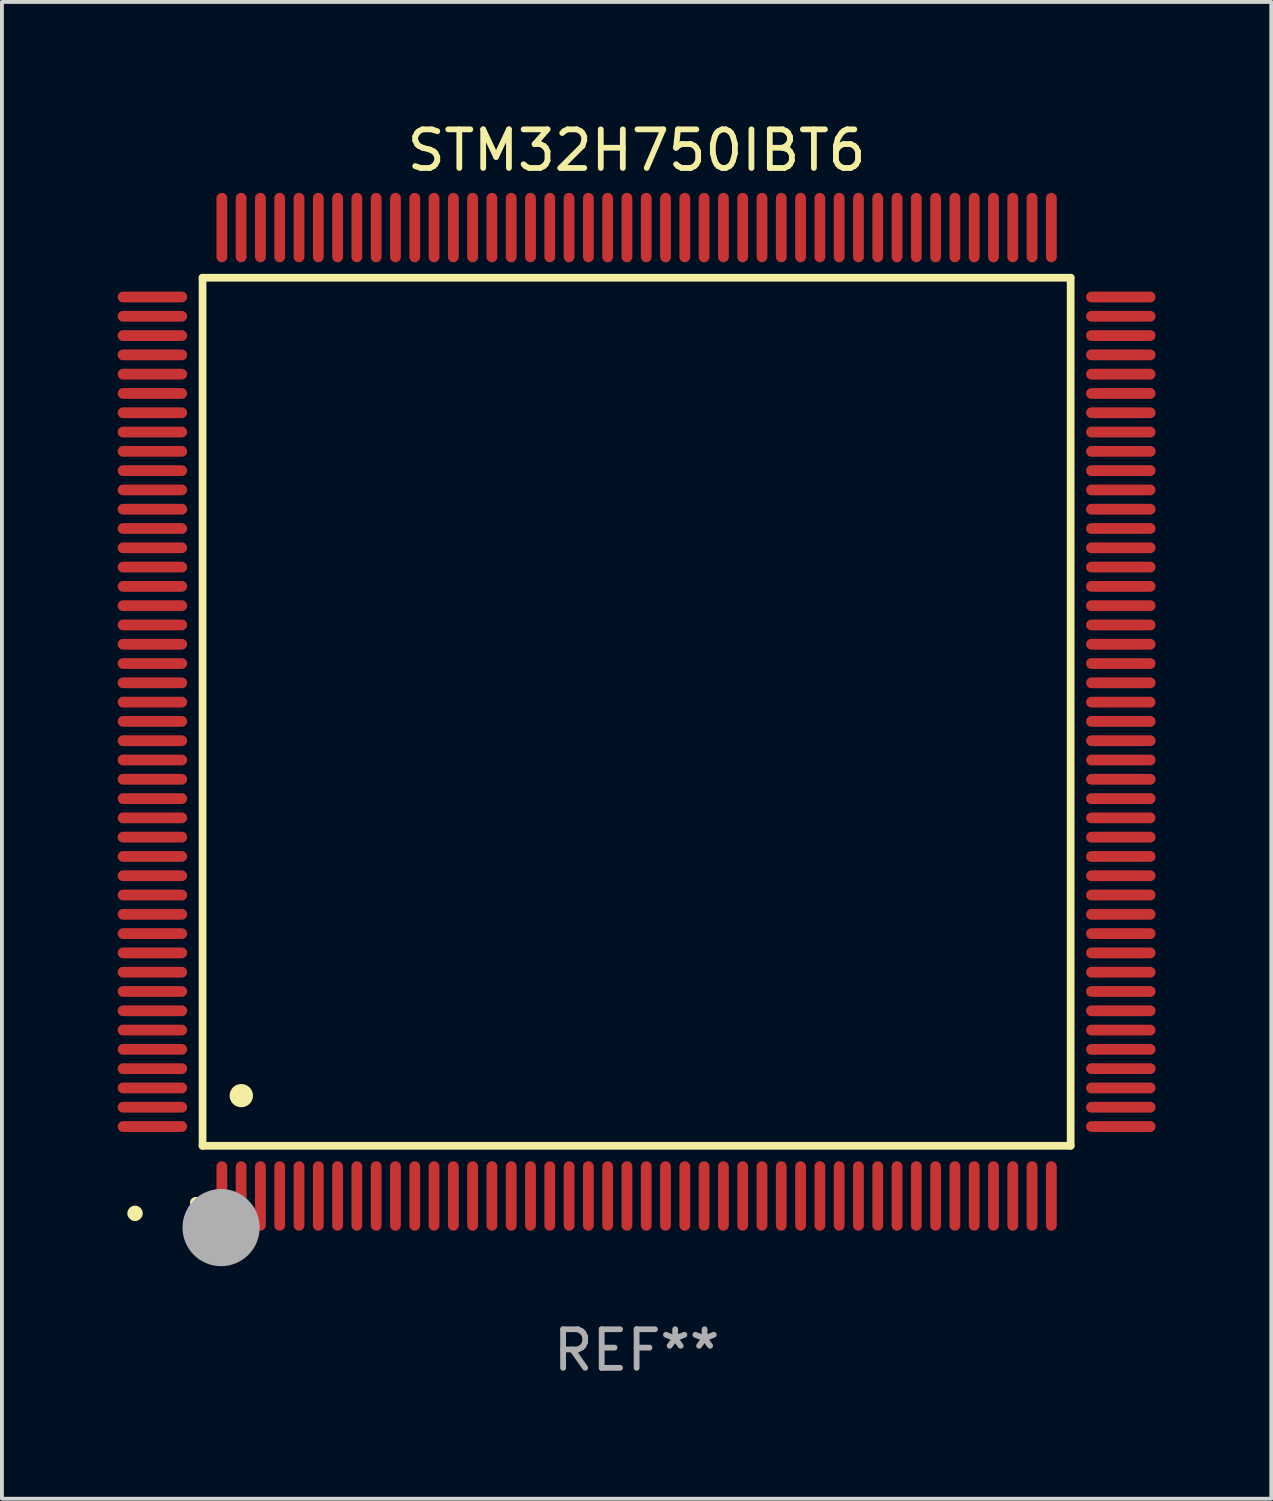
<source format=kicad_pcb>
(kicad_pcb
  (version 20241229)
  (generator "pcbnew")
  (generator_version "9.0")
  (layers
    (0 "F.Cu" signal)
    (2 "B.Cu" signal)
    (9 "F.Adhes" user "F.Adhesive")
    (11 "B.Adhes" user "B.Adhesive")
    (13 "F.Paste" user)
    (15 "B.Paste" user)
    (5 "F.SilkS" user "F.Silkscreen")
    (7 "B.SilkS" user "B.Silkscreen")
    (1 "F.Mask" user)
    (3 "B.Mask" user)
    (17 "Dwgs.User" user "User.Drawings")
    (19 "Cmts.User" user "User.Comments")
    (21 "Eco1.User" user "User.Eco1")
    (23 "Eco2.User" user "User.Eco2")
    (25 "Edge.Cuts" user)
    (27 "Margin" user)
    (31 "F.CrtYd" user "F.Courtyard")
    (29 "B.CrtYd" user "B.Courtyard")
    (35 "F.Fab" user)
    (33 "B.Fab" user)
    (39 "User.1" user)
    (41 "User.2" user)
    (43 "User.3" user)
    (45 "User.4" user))
  (footprint "STM32H750IBT6"
    (layer "F.Cu")
    (at 13.45 15.398)
    (property "Reference" "STM32H750IBT6" (at 0 -14.55 0) (layer "F.SilkS") (effects (font (size 1 1) (thickness 0.15))))
    (attr through_hole)
    (fp_line (start -11.25 -11.25) (end 11.25 -11.25) (stroke (width 0.2) (type solid)) (layer "F.SilkS"))
    (fp_line (start -11.25 11.25) (end -11.25 -11.25) (stroke (width 0.2) (type solid)) (layer "F.SilkS"))
    (fp_line (start 11.25 -11.25) (end 11.25 11.25) (stroke (width 0.2) (type solid)) (layer "F.SilkS"))
    (fp_line (start 11.25 11.25) (end -11.25 11.25) (stroke (width 0.2) (type solid)) (layer "F.SilkS"))
    (fp_arc (start -11.424943 12.725425) (mid -11.423673 12.72542) (end -11.422403 12.725425) (stroke (width 0.3) (type solid)) (layer "F.SilkS"))
    (fp_arc (start -10.24892 9.9492) (mid -10.24638 9.949189) (end -10.24384 9.9492) (stroke (width 0.6) (type solid)) (layer "F.SilkS"))
    (fp_circle (center -13 13) (end -12.9 13) (stroke (width 0.2) (type solid)) (fill no) (layer "F.SilkS"))
    (fp_circle (center -10.77 13.37) (end -10.27 13.37) (stroke (width 1) (type solid)) (fill no) (layer "F.Fab"))
    (fp_text user "REF**" (at 0 16.55 0) (layer "F.Fab") (effects (font (size 1 1) (thickness 0.15))))
    (pad "1" smd oval (at -10.75 12.55) (size 0.28 1.8) (layers "F.Cu" "F.Mask" "F.Paste"))
    (pad "2" smd oval (at -10.25 12.55) (size 0.28 1.8) (layers "F.Cu" "F.Mask" "F.Paste"))
    (pad "3" smd oval (at -9.75 12.55) (size 0.28 1.8) (layers "F.Cu" "F.Mask" "F.Paste"))
    (pad "4" smd oval (at -9.25 12.55) (size 0.28 1.8) (layers "F.Cu" "F.Mask" "F.Paste"))
    (pad "5" smd oval (at -8.75 12.55) (size 0.28 1.8) (layers "F.Cu" "F.Mask" "F.Paste"))
    (pad "6" smd oval (at -8.25 12.55) (size 0.28 1.8) (layers "F.Cu" "F.Mask" "F.Paste"))
    (pad "7" smd oval (at -7.75 12.55) (size 0.28 1.8) (layers "F.Cu" "F.Mask" "F.Paste"))
    (pad "8" smd oval (at -7.25 12.55) (size 0.28 1.8) (layers "F.Cu" "F.Mask" "F.Paste"))
    (pad "9" smd oval (at -6.75 12.55) (size 0.28 1.8) (layers "F.Cu" "F.Mask" "F.Paste"))
    (pad "10" smd oval (at -6.25 12.55) (size 0.28 1.8) (layers "F.Cu" "F.Mask" "F.Paste"))
    (pad "11" smd oval (at -5.75 12.55) (size 0.28 1.8) (layers "F.Cu" "F.Mask" "F.Paste"))
    (pad "12" smd oval (at -5.25 12.55) (size 0.28 1.8) (layers "F.Cu" "F.Mask" "F.Paste"))
    (pad "13" smd oval (at -4.75 12.55) (size 0.28 1.8) (layers "F.Cu" "F.Mask" "F.Paste"))
    (pad "14" smd oval (at -4.25 12.55) (size 0.28 1.8) (layers "F.Cu" "F.Mask" "F.Paste"))
    (pad "15" smd oval (at -3.75 12.55) (size 0.28 1.8) (layers "F.Cu" "F.Mask" "F.Paste"))
    (pad "16" smd oval (at -3.25 12.55) (size 0.28 1.8) (layers "F.Cu" "F.Mask" "F.Paste"))
    (pad "17" smd oval (at -2.75 12.55) (size 0.28 1.8) (layers "F.Cu" "F.Mask" "F.Paste"))
    (pad "18" smd oval (at -2.25 12.55) (size 0.28 1.8) (layers "F.Cu" "F.Mask" "F.Paste"))
    (pad "19" smd oval (at -1.75 12.55) (size 0.28 1.8) (layers "F.Cu" "F.Mask" "F.Paste"))
    (pad "20" smd oval (at -1.25 12.55) (size 0.28 1.8) (layers "F.Cu" "F.Mask" "F.Paste"))
    (pad "21" smd oval (at -0.75 12.55) (size 0.28 1.8) (layers "F.Cu" "F.Mask" "F.Paste"))
    (pad "22" smd oval (at -0.25 12.55) (size 0.28 1.8) (layers "F.Cu" "F.Mask" "F.Paste"))
    (pad "23" smd oval (at 0.25 12.55) (size 0.28 1.8) (layers "F.Cu" "F.Mask" "F.Paste"))
    (pad "24" smd oval (at 0.75 12.55) (size 0.28 1.8) (layers "F.Cu" "F.Mask" "F.Paste"))
    (pad "25" smd oval (at 1.25 12.55) (size 0.28 1.8) (layers "F.Cu" "F.Mask" "F.Paste"))
    (pad "26" smd oval (at 1.75 12.55) (size 0.28 1.8) (layers "F.Cu" "F.Mask" "F.Paste"))
    (pad "27" smd oval (at 2.25 12.55) (size 0.28 1.8) (layers "F.Cu" "F.Mask" "F.Paste"))
    (pad "28" smd oval (at 2.75 12.55) (size 0.28 1.8) (layers "F.Cu" "F.Mask" "F.Paste"))
    (pad "29" smd oval (at 3.25 12.55) (size 0.28 1.8) (layers "F.Cu" "F.Mask" "F.Paste"))
    (pad "30" smd oval (at 3.75 12.55) (size 0.28 1.8) (layers "F.Cu" "F.Mask" "F.Paste"))
    (pad "31" smd oval (at 4.25 12.55) (size 0.28 1.8) (layers "F.Cu" "F.Mask" "F.Paste"))
    (pad "32" smd oval (at 4.75 12.55) (size 0.28 1.8) (layers "F.Cu" "F.Mask" "F.Paste"))
    (pad "33" smd oval (at 5.25 12.55) (size 0.28 1.8) (layers "F.Cu" "F.Mask" "F.Paste"))
    (pad "34" smd oval (at 5.75 12.55) (size 0.28 1.8) (layers "F.Cu" "F.Mask" "F.Paste"))
    (pad "35" smd oval (at 6.25 12.55) (size 0.28 1.8) (layers "F.Cu" "F.Mask" "F.Paste"))
    (pad "36" smd oval (at 6.75 12.55) (size 0.28 1.8) (layers "F.Cu" "F.Mask" "F.Paste"))
    (pad "37" smd oval (at 7.25 12.55) (size 0.28 1.8) (layers "F.Cu" "F.Mask" "F.Paste"))
    (pad "38" smd oval (at 7.75 12.55) (size 0.28 1.8) (layers "F.Cu" "F.Mask" "F.Paste"))
    (pad "39" smd oval (at 8.25 12.55) (size 0.28 1.8) (layers "F.Cu" "F.Mask" "F.Paste"))
    (pad "40" smd oval (at 8.75 12.55) (size 0.28 1.8) (layers "F.Cu" "F.Mask" "F.Paste"))
    (pad "41" smd oval (at 9.25 12.55) (size 0.28 1.8) (layers "F.Cu" "F.Mask" "F.Paste"))
    (pad "42" smd oval (at 9.75 12.55) (size 0.28 1.8) (layers "F.Cu" "F.Mask" "F.Paste"))
    (pad "43" smd oval (at 10.25 12.55) (size 0.28 1.8) (layers "F.Cu" "F.Mask" "F.Paste"))
    (pad "44" smd oval (at 10.75 12.55) (size 0.28 1.8) (layers "F.Cu" "F.Mask" "F.Paste"))
    (pad "45" smd oval (at 12.55 10.75) (size 1.8 0.28) (layers "F.Cu" "F.Mask" "F.Paste"))
    (pad "46" smd oval (at 12.55 10.25) (size 1.8 0.28) (layers "F.Cu" "F.Mask" "F.Paste"))
    (pad "47" smd oval (at 12.55 9.75) (size 1.8 0.28) (layers "F.Cu" "F.Mask" "F.Paste"))
    (pad "48" smd oval (at 12.55 9.25) (size 1.8 0.28) (layers "F.Cu" "F.Mask" "F.Paste"))
    (pad "49" smd oval (at 12.55 8.75) (size 1.8 0.28) (layers "F.Cu" "F.Mask" "F.Paste"))
    (pad "50" smd oval (at 12.55 8.25) (size 1.8 0.28) (layers "F.Cu" "F.Mask" "F.Paste"))
    (pad "51" smd oval (at 12.55 7.75) (size 1.8 0.28) (layers "F.Cu" "F.Mask" "F.Paste"))
    (pad "52" smd oval (at 12.55 7.25) (size 1.8 0.28) (layers "F.Cu" "F.Mask" "F.Paste"))
    (pad "53" smd oval (at 12.55 6.75) (size 1.8 0.28) (layers "F.Cu" "F.Mask" "F.Paste"))
    (pad "54" smd oval (at 12.55 6.25) (size 1.8 0.28) (layers "F.Cu" "F.Mask" "F.Paste"))
    (pad "55" smd oval (at 12.55 5.75) (size 1.8 0.28) (layers "F.Cu" "F.Mask" "F.Paste"))
    (pad "56" smd oval (at 12.55 5.25) (size 1.8 0.28) (layers "F.Cu" "F.Mask" "F.Paste"))
    (pad "57" smd oval (at 12.55 4.75) (size 1.8 0.28) (layers "F.Cu" "F.Mask" "F.Paste"))
    (pad "58" smd oval (at 12.55 4.25) (size 1.8 0.28) (layers "F.Cu" "F.Mask" "F.Paste"))
    (pad "59" smd oval (at 12.55 3.75) (size 1.8 0.28) (layers "F.Cu" "F.Mask" "F.Paste"))
    (pad "60" smd oval (at 12.55 3.25) (size 1.8 0.28) (layers "F.Cu" "F.Mask" "F.Paste"))
    (pad "61" smd oval (at 12.55 2.75) (size 1.8 0.28) (layers "F.Cu" "F.Mask" "F.Paste"))
    (pad "62" smd oval (at 12.55 2.25) (size 1.8 0.28) (layers "F.Cu" "F.Mask" "F.Paste"))
    (pad "63" smd oval (at 12.55 1.75) (size 1.8 0.28) (layers "F.Cu" "F.Mask" "F.Paste"))
    (pad "64" smd oval (at 12.55 1.25) (size 1.8 0.28) (layers "F.Cu" "F.Mask" "F.Paste"))
    (pad "65" smd oval (at 12.55 0.75) (size 1.8 0.28) (layers "F.Cu" "F.Mask" "F.Paste"))
    (pad "66" smd oval (at 12.55 0.25) (size 1.8 0.28) (layers "F.Cu" "F.Mask" "F.Paste"))
    (pad "67" smd oval (at 12.55 -0.25) (size 1.8 0.28) (layers "F.Cu" "F.Mask" "F.Paste"))
    (pad "68" smd oval (at 12.55 -0.75) (size 1.8 0.28) (layers "F.Cu" "F.Mask" "F.Paste"))
    (pad "69" smd oval (at 12.55 -1.25) (size 1.8 0.28) (layers "F.Cu" "F.Mask" "F.Paste"))
    (pad "70" smd oval (at 12.55 -1.75) (size 1.8 0.28) (layers "F.Cu" "F.Mask" "F.Paste"))
    (pad "71" smd oval (at 12.55 -2.25) (size 1.8 0.28) (layers "F.Cu" "F.Mask" "F.Paste"))
    (pad "72" smd oval (at 12.55 -2.75) (size 1.8 0.28) (layers "F.Cu" "F.Mask" "F.Paste"))
    (pad "73" smd oval (at 12.55 -3.25) (size 1.8 0.28) (layers "F.Cu" "F.Mask" "F.Paste"))
    (pad "74" smd oval (at 12.55 -3.75) (size 1.8 0.28) (layers "F.Cu" "F.Mask" "F.Paste"))
    (pad "75" smd oval (at 12.55 -4.25) (size 1.8 0.28) (layers "F.Cu" "F.Mask" "F.Paste"))
    (pad "76" smd oval (at 12.55 -4.75) (size 1.8 0.28) (layers "F.Cu" "F.Mask" "F.Paste"))
    (pad "77" smd oval (at 12.55 -5.25) (size 1.8 0.28) (layers "F.Cu" "F.Mask" "F.Paste"))
    (pad "78" smd oval (at 12.55 -5.75) (size 1.8 0.28) (layers "F.Cu" "F.Mask" "F.Paste"))
    (pad "79" smd oval (at 12.55 -6.25) (size 1.8 0.28) (layers "F.Cu" "F.Mask" "F.Paste"))
    (pad "80" smd oval (at 12.55 -6.75) (size 1.8 0.28) (layers "F.Cu" "F.Mask" "F.Paste"))
    (pad "81" smd oval (at 12.55 -7.25) (size 1.8 0.28) (layers "F.Cu" "F.Mask" "F.Paste"))
    (pad "82" smd oval (at 12.55 -7.75) (size 1.8 0.28) (layers "F.Cu" "F.Mask" "F.Paste"))
    (pad "83" smd oval (at 12.55 -8.25) (size 1.8 0.28) (layers "F.Cu" "F.Mask" "F.Paste"))
    (pad "84" smd oval (at 12.55 -8.75) (size 1.8 0.28) (layers "F.Cu" "F.Mask" "F.Paste"))
    (pad "85" smd oval (at 12.55 -9.25) (size 1.8 0.28) (layers "F.Cu" "F.Mask" "F.Paste"))
    (pad "86" smd oval (at 12.55 -9.75) (size 1.8 0.28) (layers "F.Cu" "F.Mask" "F.Paste"))
    (pad "87" smd oval (at 12.55 -10.25) (size 1.8 0.28) (layers "F.Cu" "F.Mask" "F.Paste"))
    (pad "88" smd oval (at 12.55 -10.75) (size 1.8 0.28) (layers "F.Cu" "F.Mask" "F.Paste"))
    (pad "89" smd oval (at 10.75 -12.55) (size 0.28 1.8) (layers "F.Cu" "F.Mask" "F.Paste"))
    (pad "90" smd oval (at 10.25 -12.55) (size 0.28 1.8) (layers "F.Cu" "F.Mask" "F.Paste"))
    (pad "91" smd oval (at 9.75 -12.55) (size 0.28 1.8) (layers "F.Cu" "F.Mask" "F.Paste"))
    (pad "92" smd oval (at 9.25 -12.55) (size 0.28 1.8) (layers "F.Cu" "F.Mask" "F.Paste"))
    (pad "93" smd oval (at 8.75 -12.55) (size 0.28 1.8) (layers "F.Cu" "F.Mask" "F.Paste"))
    (pad "94" smd oval (at 8.25 -12.55) (size 0.28 1.8) (layers "F.Cu" "F.Mask" "F.Paste"))
    (pad "95" smd oval (at 7.75 -12.55) (size 0.28 1.8) (layers "F.Cu" "F.Mask" "F.Paste"))
    (pad "96" smd oval (at 7.25 -12.55) (size 0.28 1.8) (layers "F.Cu" "F.Mask" "F.Paste"))
    (pad "97" smd oval (at 6.75 -12.55) (size 0.28 1.8) (layers "F.Cu" "F.Mask" "F.Paste"))
    (pad "98" smd oval (at 6.25 -12.55) (size 0.28 1.8) (layers "F.Cu" "F.Mask" "F.Paste"))
    (pad "99" smd oval (at 5.75 -12.55) (size 0.28 1.8) (layers "F.Cu" "F.Mask" "F.Paste"))
    (pad "100" smd oval (at 5.25 -12.55) (size 0.28 1.8) (layers "F.Cu" "F.Mask" "F.Paste"))
    (pad "101" smd oval (at 4.75 -12.55) (size 0.28 1.8) (layers "F.Cu" "F.Mask" "F.Paste"))
    (pad "102" smd oval (at 4.25 -12.55) (size 0.28 1.8) (layers "F.Cu" "F.Mask" "F.Paste"))
    (pad "103" smd oval (at 3.75 -12.55) (size 0.28 1.8) (layers "F.Cu" "F.Mask" "F.Paste"))
    (pad "104" smd oval (at 3.25 -12.55) (size 0.28 1.8) (layers "F.Cu" "F.Mask" "F.Paste"))
    (pad "105" smd oval (at 2.75 -12.55) (size 0.28 1.8) (layers "F.Cu" "F.Mask" "F.Paste"))
    (pad "106" smd oval (at 2.25 -12.55) (size 0.28 1.8) (layers "F.Cu" "F.Mask" "F.Paste"))
    (pad "107" smd oval (at 1.75 -12.55) (size 0.28 1.8) (layers "F.Cu" "F.Mask" "F.Paste"))
    (pad "108" smd oval (at 1.25 -12.55) (size 0.28 1.8) (layers "F.Cu" "F.Mask" "F.Paste"))
    (pad "109" smd oval (at 0.75 -12.55) (size 0.28 1.8) (layers "F.Cu" "F.Mask" "F.Paste"))
    (pad "110" smd oval (at 0.25 -12.55) (size 0.28 1.8) (layers "F.Cu" "F.Mask" "F.Paste"))
    (pad "111" smd oval (at -0.25 -12.55) (size 0.28 1.8) (layers "F.Cu" "F.Mask" "F.Paste"))
    (pad "112" smd oval (at -0.75 -12.55) (size 0.28 1.8) (layers "F.Cu" "F.Mask" "F.Paste"))
    (pad "113" smd oval (at -1.25 -12.55) (size 0.28 1.8) (layers "F.Cu" "F.Mask" "F.Paste"))
    (pad "114" smd oval (at -1.75 -12.55) (size 0.28 1.8) (layers "F.Cu" "F.Mask" "F.Paste"))
    (pad "115" smd oval (at -2.25 -12.55) (size 0.28 1.8) (layers "F.Cu" "F.Mask" "F.Paste"))
    (pad "116" smd oval (at -2.75 -12.55) (size 0.28 1.8) (layers "F.Cu" "F.Mask" "F.Paste"))
    (pad "117" smd oval (at -3.25 -12.55) (size 0.28 1.8) (layers "F.Cu" "F.Mask" "F.Paste"))
    (pad "118" smd oval (at -3.75 -12.55) (size 0.28 1.8) (layers "F.Cu" "F.Mask" "F.Paste"))
    (pad "119" smd oval (at -4.25 -12.55) (size 0.28 1.8) (layers "F.Cu" "F.Mask" "F.Paste"))
    (pad "120" smd oval (at -4.75 -12.55) (size 0.28 1.8) (layers "F.Cu" "F.Mask" "F.Paste"))
    (pad "121" smd oval (at -5.25 -12.55) (size 0.28 1.8) (layers "F.Cu" "F.Mask" "F.Paste"))
    (pad "122" smd oval (at -5.75 -12.55) (size 0.28 1.8) (layers "F.Cu" "F.Mask" "F.Paste"))
    (pad "123" smd oval (at -6.25 -12.55) (size 0.28 1.8) (layers "F.Cu" "F.Mask" "F.Paste"))
    (pad "124" smd oval (at -6.75 -12.55) (size 0.28 1.8) (layers "F.Cu" "F.Mask" "F.Paste"))
    (pad "125" smd oval (at -7.25 -12.55) (size 0.28 1.8) (layers "F.Cu" "F.Mask" "F.Paste"))
    (pad "126" smd oval (at -7.75 -12.55) (size 0.28 1.8) (layers "F.Cu" "F.Mask" "F.Paste"))
    (pad "127" smd oval (at -8.25 -12.55) (size 0.28 1.8) (layers "F.Cu" "F.Mask" "F.Paste"))
    (pad "128" smd oval (at -8.75 -12.55) (size 0.28 1.8) (layers "F.Cu" "F.Mask" "F.Paste"))
    (pad "129" smd oval (at -9.25 -12.55) (size 0.28 1.8) (layers "F.Cu" "F.Mask" "F.Paste"))
    (pad "130" smd oval (at -9.75 -12.55) (size 0.28 1.8) (layers "F.Cu" "F.Mask" "F.Paste"))
    (pad "131" smd oval (at -10.25 -12.55) (size 0.28 1.8) (layers "F.Cu" "F.Mask" "F.Paste"))
    (pad "132" smd oval (at -10.75 -12.55) (size 0.28 1.8) (layers "F.Cu" "F.Mask" "F.Paste"))
    (pad "133" smd oval (at -12.55 -10.75) (size 1.8 0.28) (layers "F.Cu" "F.Mask" "F.Paste"))
    (pad "134" smd oval (at -12.55 -10.25) (size 1.8 0.28) (layers "F.Cu" "F.Mask" "F.Paste"))
    (pad "135" smd oval (at -12.55 -9.75) (size 1.8 0.28) (layers "F.Cu" "F.Mask" "F.Paste"))
    (pad "136" smd oval (at -12.55 -9.25) (size 1.8 0.28) (layers "F.Cu" "F.Mask" "F.Paste"))
    (pad "137" smd oval (at -12.55 -8.75) (size 1.8 0.28) (layers "F.Cu" "F.Mask" "F.Paste"))
    (pad "138" smd oval (at -12.55 -8.25) (size 1.8 0.28) (layers "F.Cu" "F.Mask" "F.Paste"))
    (pad "139" smd oval (at -12.55 -7.75) (size 1.8 0.28) (layers "F.Cu" "F.Mask" "F.Paste"))
    (pad "140" smd oval (at -12.55 -7.25) (size 1.8 0.28) (layers "F.Cu" "F.Mask" "F.Paste"))
    (pad "141" smd oval (at -12.55 -6.75) (size 1.8 0.28) (layers "F.Cu" "F.Mask" "F.Paste"))
    (pad "142" smd oval (at -12.55 -6.25) (size 1.8 0.28) (layers "F.Cu" "F.Mask" "F.Paste"))
    (pad "143" smd oval (at -12.55 -5.75) (size 1.8 0.28) (layers "F.Cu" "F.Mask" "F.Paste"))
    (pad "144" smd oval (at -12.55 -5.25) (size 1.8 0.28) (layers "F.Cu" "F.Mask" "F.Paste"))
    (pad "145" smd oval (at -12.55 -4.75) (size 1.8 0.28) (layers "F.Cu" "F.Mask" "F.Paste"))
    (pad "146" smd oval (at -12.55 -4.25) (size 1.8 0.28) (layers "F.Cu" "F.Mask" "F.Paste"))
    (pad "147" smd oval (at -12.55 -3.75) (size 1.8 0.28) (layers "F.Cu" "F.Mask" "F.Paste"))
    (pad "148" smd oval (at -12.55 -3.25) (size 1.8 0.28) (layers "F.Cu" "F.Mask" "F.Paste"))
    (pad "149" smd oval (at -12.55 -2.75) (size 1.8 0.28) (layers "F.Cu" "F.Mask" "F.Paste"))
    (pad "150" smd oval (at -12.55 -2.25) (size 1.8 0.28) (layers "F.Cu" "F.Mask" "F.Paste"))
    (pad "151" smd oval (at -12.55 -1.75) (size 1.8 0.28) (layers "F.Cu" "F.Mask" "F.Paste"))
    (pad "152" smd oval (at -12.55 -1.25) (size 1.8 0.28) (layers "F.Cu" "F.Mask" "F.Paste"))
    (pad "153" smd oval (at -12.55 -0.75) (size 1.8 0.28) (layers "F.Cu" "F.Mask" "F.Paste"))
    (pad "154" smd oval (at -12.55 -0.25) (size 1.8 0.28) (layers "F.Cu" "F.Mask" "F.Paste"))
    (pad "155" smd oval (at -12.55 0.25) (size 1.8 0.28) (layers "F.Cu" "F.Mask" "F.Paste"))
    (pad "156" smd oval (at -12.55 0.75) (size 1.8 0.28) (layers "F.Cu" "F.Mask" "F.Paste"))
    (pad "157" smd oval (at -12.55 1.25) (size 1.8 0.28) (layers "F.Cu" "F.Mask" "F.Paste"))
    (pad "158" smd oval (at -12.55 1.75) (size 1.8 0.28) (layers "F.Cu" "F.Mask" "F.Paste"))
    (pad "159" smd oval (at -12.55 2.25) (size 1.8 0.28) (layers "F.Cu" "F.Mask" "F.Paste"))
    (pad "160" smd oval (at -12.55 2.75) (size 1.8 0.28) (layers "F.Cu" "F.Mask" "F.Paste"))
    (pad "161" smd oval (at -12.55 3.25) (size 1.8 0.28) (layers "F.Cu" "F.Mask" "F.Paste"))
    (pad "162" smd oval (at -12.55 3.75) (size 1.8 0.28) (layers "F.Cu" "F.Mask" "F.Paste"))
    (pad "163" smd oval (at -12.55 4.25) (size 1.8 0.28) (layers "F.Cu" "F.Mask" "F.Paste"))
    (pad "164" smd oval (at -12.55 4.75) (size 1.8 0.28) (layers "F.Cu" "F.Mask" "F.Paste"))
    (pad "165" smd oval (at -12.55 5.25) (size 1.8 0.28) (layers "F.Cu" "F.Mask" "F.Paste"))
    (pad "166" smd oval (at -12.55 5.75) (size 1.8 0.28) (layers "F.Cu" "F.Mask" "F.Paste"))
    (pad "167" smd oval (at -12.55 6.25) (size 1.8 0.28) (layers "F.Cu" "F.Mask" "F.Paste"))
    (pad "168" smd oval (at -12.55 6.75) (size 1.8 0.28) (layers "F.Cu" "F.Mask" "F.Paste"))
    (pad "169" smd oval (at -12.55 7.25) (size 1.8 0.28) (layers "F.Cu" "F.Mask" "F.Paste"))
    (pad "170" smd oval (at -12.55 7.75) (size 1.8 0.28) (layers "F.Cu" "F.Mask" "F.Paste"))
    (pad "171" smd oval (at -12.55 8.25) (size 1.8 0.28) (layers "F.Cu" "F.Mask" "F.Paste"))
    (pad "172" smd oval (at -12.55 8.75) (size 1.8 0.28) (layers "F.Cu" "F.Mask" "F.Paste"))
    (pad "173" smd oval (at -12.55 9.25) (size 1.8 0.28) (layers "F.Cu" "F.Mask" "F.Paste"))
    (pad "174" smd oval (at -12.55 9.75) (size 1.8 0.28) (layers "F.Cu" "F.Mask" "F.Paste"))
    (pad "175" smd oval (at -12.55 10.25) (size 1.8 0.28) (layers "F.Cu" "F.Mask" "F.Paste"))
    (pad "176" smd oval (at -12.55 10.75) (size 1.8 0.28) (layers "F.Cu" "F.Mask" "F.Paste")))
  (gr_rect
    (start -3 -3)
    (end 29.9 35.796)
    (stroke (width 0.1) (type default))
    (fill no)
    (layer "Edge.Cuts")))
</source>
